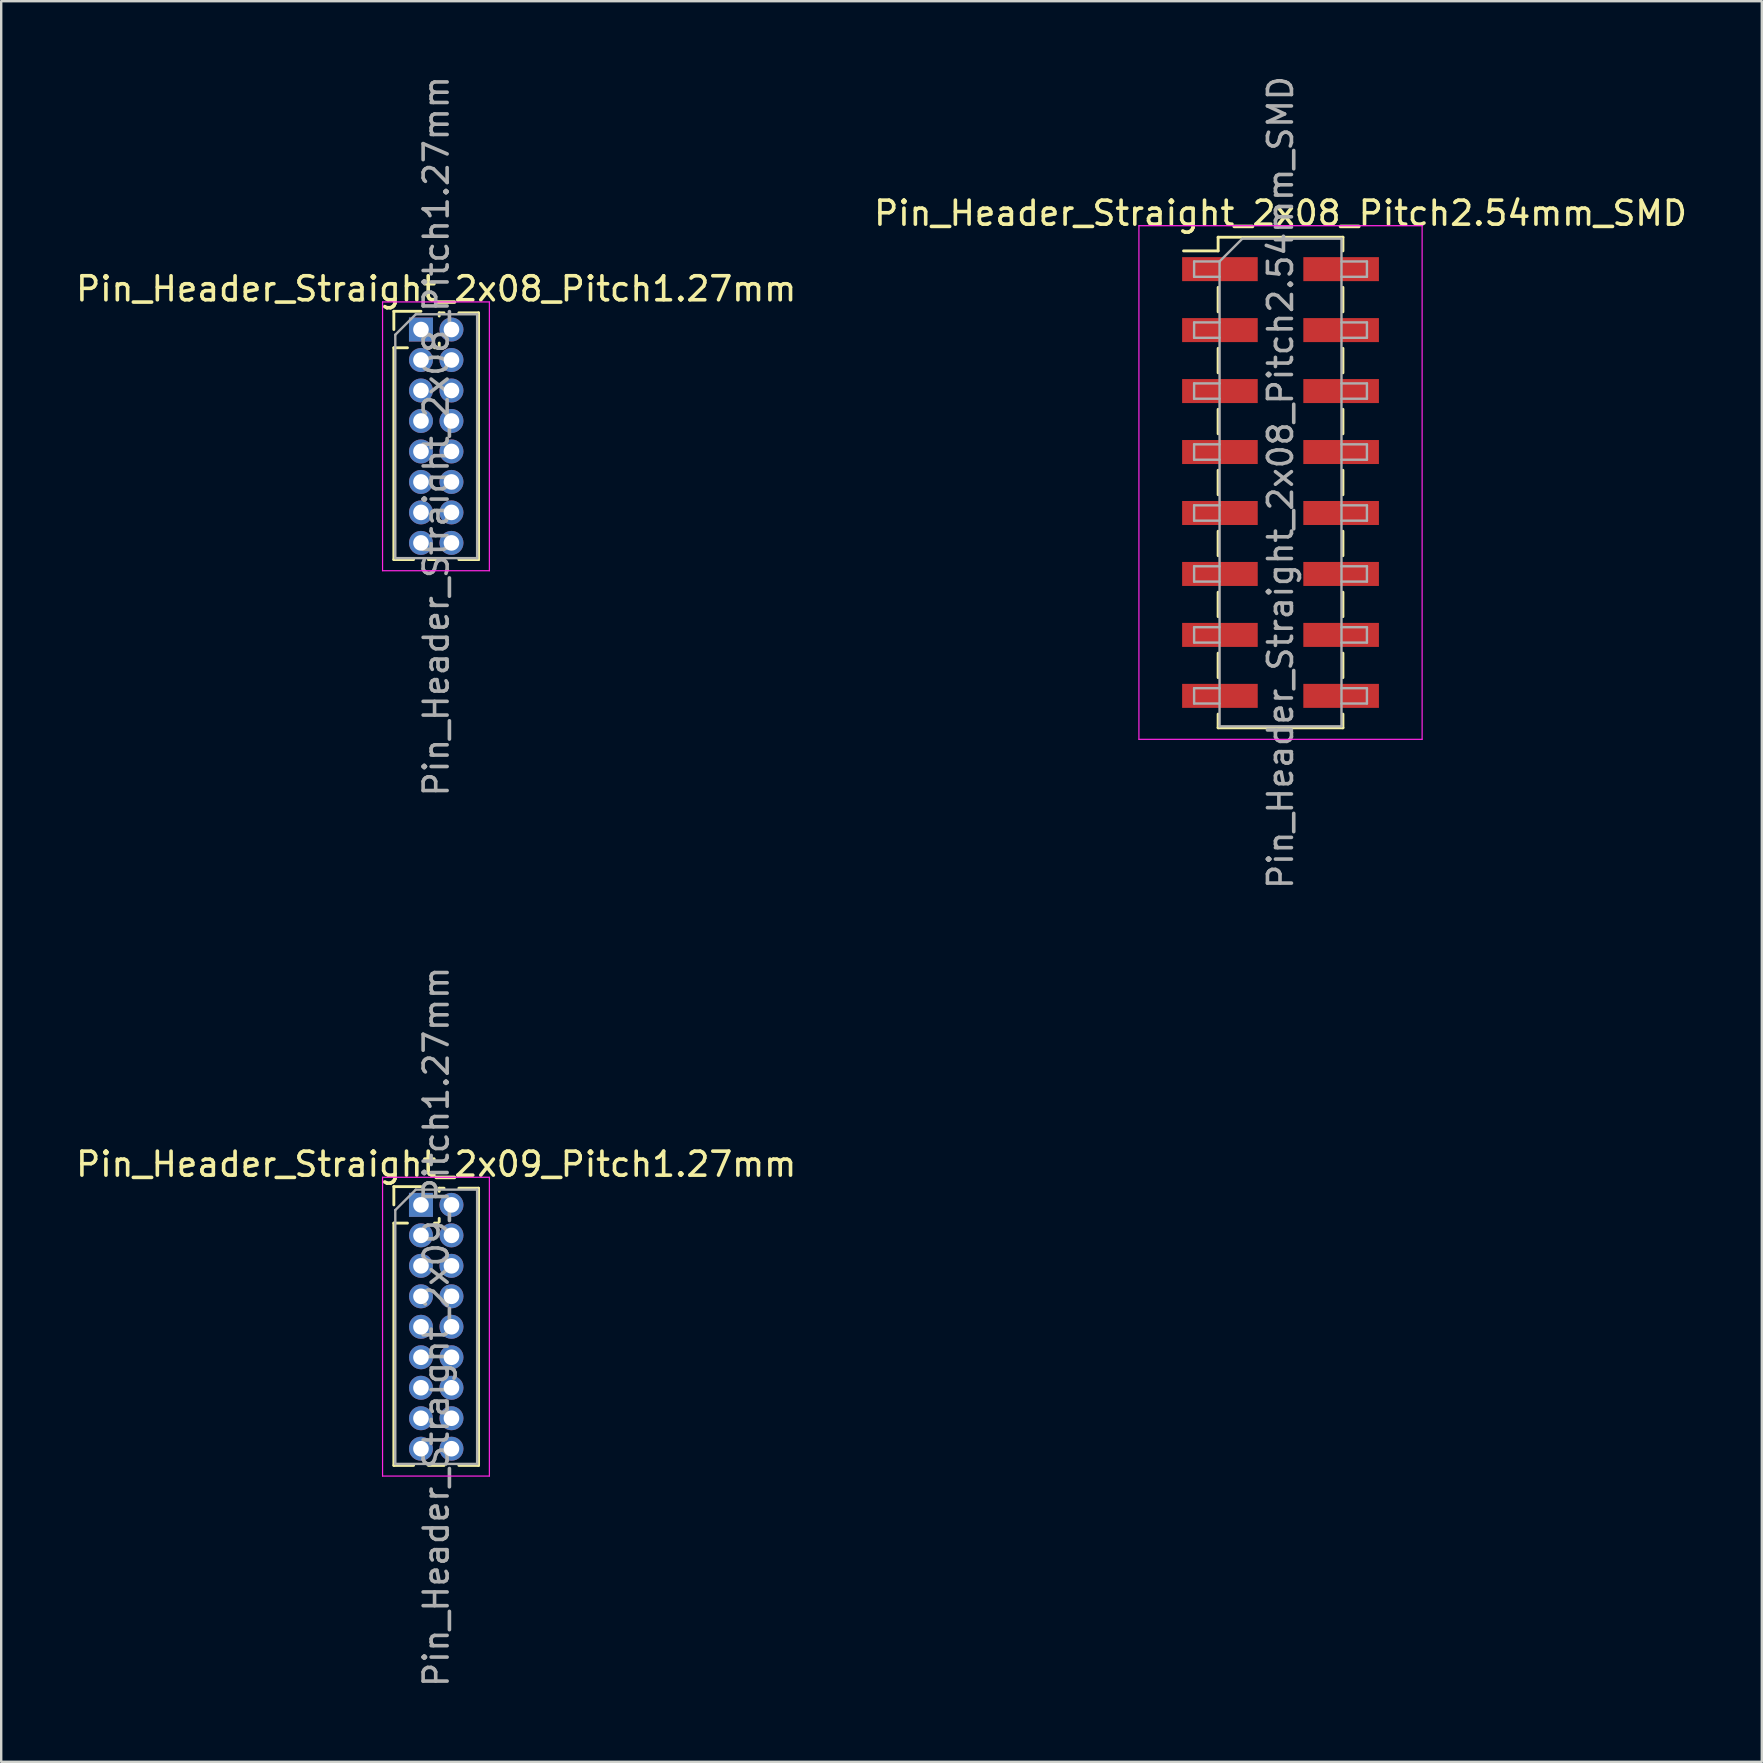
<source format=kicad_pcb>
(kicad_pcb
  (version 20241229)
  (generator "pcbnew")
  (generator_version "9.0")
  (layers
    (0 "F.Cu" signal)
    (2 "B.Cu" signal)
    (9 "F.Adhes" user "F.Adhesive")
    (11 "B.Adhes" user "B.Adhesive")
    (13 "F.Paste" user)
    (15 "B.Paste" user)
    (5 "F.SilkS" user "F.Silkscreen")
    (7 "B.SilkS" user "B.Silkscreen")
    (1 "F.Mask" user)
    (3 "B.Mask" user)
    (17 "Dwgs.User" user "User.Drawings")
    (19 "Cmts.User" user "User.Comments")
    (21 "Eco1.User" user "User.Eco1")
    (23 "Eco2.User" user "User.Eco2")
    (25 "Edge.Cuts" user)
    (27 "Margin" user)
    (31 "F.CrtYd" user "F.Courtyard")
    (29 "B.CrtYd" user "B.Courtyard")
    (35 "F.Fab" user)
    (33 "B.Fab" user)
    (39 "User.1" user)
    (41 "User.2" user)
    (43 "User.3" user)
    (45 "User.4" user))
  (footprint "Pin_Header_Straight_2x09_Pitch1.27mm"
    (layer "F.Cu")
    (at 14.49 47.152)
    (property "Reference" "Pin_Header_Straight_2x09_Pitch1.27mm" (at 0.635 -1.695 0) (layer "F.SilkS") (effects (font (size 1 1) (thickness 0.15))))
    (attr through_hole)
    (fp_line (start -1.13 -0.76) (end 0 -0.76) (stroke (width 0.12) (type solid)) (layer "F.SilkS"))
    (fp_line (start -1.13 0) (end -1.13 -0.76) (stroke (width 0.12) (type solid)) (layer "F.SilkS"))
    (fp_line (start -1.13 0.76) (end -1.13 10.855) (stroke (width 0.12) (type solid)) (layer "F.SilkS"))
    (fp_line (start -1.13 0.76) (end -0.563 0.76) (stroke (width 0.12) (type solid)) (layer "F.SilkS"))
    (fp_line (start -1.13 10.855) (end -0.308 10.855) (stroke (width 0.12) (type solid)) (layer "F.SilkS"))
    (fp_line (start 0.308 10.855) (end 0.962 10.855) (stroke (width 0.12) (type solid)) (layer "F.SilkS"))
    (fp_line (start 0.563 0.76) (end 0.707 0.76) (stroke (width 0.12) (type solid)) (layer "F.SilkS"))
    (fp_line (start 0.76 -0.695) (end 0.962 -0.695) (stroke (width 0.12) (type solid)) (layer "F.SilkS"))
    (fp_line (start 0.76 -0.563) (end 0.76 -0.695) (stroke (width 0.12) (type solid)) (layer "F.SilkS"))
    (fp_line (start 0.76 0.707) (end 0.76 0.563) (stroke (width 0.12) (type solid)) (layer "F.SilkS"))
    (fp_line (start 1.578 -0.695) (end 2.4 -0.695) (stroke (width 0.12) (type solid)) (layer "F.SilkS"))
    (fp_line (start 1.578 10.855) (end 2.4 10.855) (stroke (width 0.12) (type solid)) (layer "F.SilkS"))
    (fp_line (start 2.4 -0.695) (end 2.4 10.855) (stroke (width 0.12) (type solid)) (layer "F.SilkS"))
    (fp_line (start -1.6 -1.15) (end -1.6 11.3) (stroke (width 0.05) (type solid)) (layer "F.CrtYd"))
    (fp_line (start -1.6 11.3) (end 2.85 11.3) (stroke (width 0.05) (type solid)) (layer "F.CrtYd"))
    (fp_line (start 2.85 -1.15) (end -1.6 -1.15) (stroke (width 0.05) (type solid)) (layer "F.CrtYd"))
    (fp_line (start 2.85 11.3) (end 2.85 -1.15) (stroke (width 0.05) (type solid)) (layer "F.CrtYd"))
    (fp_line (start -1.07 0.217) (end -0.217 -0.635) (stroke (width 0.1) (type solid)) (layer "F.Fab"))
    (fp_line (start -1.07 10.795) (end -1.07 0.217) (stroke (width 0.1) (type solid)) (layer "F.Fab"))
    (fp_line (start -0.217 -0.635) (end 2.34 -0.635) (stroke (width 0.1) (type solid)) (layer "F.Fab"))
    (fp_line (start 2.34 -0.635) (end 2.34 10.795) (stroke (width 0.1) (type solid)) (layer "F.Fab"))
    (fp_line (start 2.34 10.795) (end -1.07 10.795) (stroke (width 0.1) (type solid)) (layer "F.Fab"))
    (fp_text user "${REFERENCE}" (at 0.635 5.08 90) (layer "F.Fab") (effects (font (size 1 1) (thickness 0.15))))
    (pad "1" thru_hole rect (at 0 0) (size 1 1) (drill 0.65) (layers "*.Cu" "*.Mask"))
    (pad "2" thru_hole oval (at 1.27 0) (size 1 1) (drill 0.65) (layers "*.Cu" "*.Mask"))
    (pad "3" thru_hole oval (at 0 1.27) (size 1 1) (drill 0.65) (layers "*.Cu" "*.Mask"))
    (pad "4" thru_hole oval (at 1.27 1.27) (size 1 1) (drill 0.65) (layers "*.Cu" "*.Mask"))
    (pad "5" thru_hole oval (at 0 2.54) (size 1 1) (drill 0.65) (layers "*.Cu" "*.Mask"))
    (pad "6" thru_hole oval (at 1.27 2.54) (size 1 1) (drill 0.65) (layers "*.Cu" "*.Mask"))
    (pad "7" thru_hole oval (at 0 3.81) (size 1 1) (drill 0.65) (layers "*.Cu" "*.Mask"))
    (pad "8" thru_hole oval (at 1.27 3.81) (size 1 1) (drill 0.65) (layers "*.Cu" "*.Mask"))
    (pad "9" thru_hole oval (at 0 5.08) (size 1 1) (drill 0.65) (layers "*.Cu" "*.Mask"))
    (pad "10" thru_hole oval (at 1.27 5.08) (size 1 1) (drill 0.65) (layers "*.Cu" "*.Mask"))
    (pad "11" thru_hole oval (at 0 6.35) (size 1 1) (drill 0.65) (layers "*.Cu" "*.Mask"))
    (pad "12" thru_hole oval (at 1.27 6.35) (size 1 1) (drill 0.65) (layers "*.Cu" "*.Mask"))
    (pad "13" thru_hole oval (at 0 7.62) (size 1 1) (drill 0.65) (layers "*.Cu" "*.Mask"))
    (pad "14" thru_hole oval (at 1.27 7.62) (size 1 1) (drill 0.65) (layers "*.Cu" "*.Mask"))
    (pad "15" thru_hole oval (at 0 8.89) (size 1 1) (drill 0.65) (layers "*.Cu" "*.Mask"))
    (pad "16" thru_hole oval (at 1.27 8.89) (size 1 1) (drill 0.65) (layers "*.Cu" "*.Mask"))
    (pad "17" thru_hole oval (at 0 10.16) (size 1 1) (drill 0.65) (layers "*.Cu" "*.Mask"))
    (pad "18" thru_hole oval (at 1.27 10.16) (size 1 1) (drill 0.65) (layers "*.Cu" "*.Mask")))
  (footprint "Pin_Header_Straight_2x08_Pitch2.54mm_SMD"
    (layer "F.Cu")
    (at 50.304 17.054)
    (property "Reference" "Pin_Header_Straight_2x08_Pitch2.54mm_SMD" (at 0 -11.22 0) (layer "F.SilkS") (effects (font (size 1 1) (thickness 0.15))))
    (attr smd)
    (fp_line (start -4.04 -9.65) (end -2.6 -9.65) (stroke (width 0.12) (type solid)) (layer "F.SilkS"))
    (fp_line (start -2.6 -10.22) (end -2.6 -9.65) (stroke (width 0.12) (type solid)) (layer "F.SilkS"))
    (fp_line (start -2.6 -10.22) (end 2.6 -10.22) (stroke (width 0.12) (type solid)) (layer "F.SilkS"))
    (fp_line (start -2.6 -8.13) (end -2.6 -7.11) (stroke (width 0.12) (type solid)) (layer "F.SilkS"))
    (fp_line (start -2.6 -5.59) (end -2.6 -4.57) (stroke (width 0.12) (type solid)) (layer "F.SilkS"))
    (fp_line (start -2.6 -3.05) (end -2.6 -2.03) (stroke (width 0.12) (type solid)) (layer "F.SilkS"))
    (fp_line (start -2.6 -0.51) (end -2.6 0.51) (stroke (width 0.12) (type solid)) (layer "F.SilkS"))
    (fp_line (start -2.6 2.03) (end -2.6 3.05) (stroke (width 0.12) (type solid)) (layer "F.SilkS"))
    (fp_line (start -2.6 4.57) (end -2.6 5.59) (stroke (width 0.12) (type solid)) (layer "F.SilkS"))
    (fp_line (start -2.6 7.11) (end -2.6 8.13) (stroke (width 0.12) (type solid)) (layer "F.SilkS"))
    (fp_line (start -2.6 9.65) (end -2.6 10.22) (stroke (width 0.12) (type solid)) (layer "F.SilkS"))
    (fp_line (start -2.6 10.22) (end 2.6 10.22) (stroke (width 0.12) (type solid)) (layer "F.SilkS"))
    (fp_line (start 2.6 -10.22) (end 2.6 -9.65) (stroke (width 0.12) (type solid)) (layer "F.SilkS"))
    (fp_line (start 2.6 -8.13) (end 2.6 -7.11) (stroke (width 0.12) (type solid)) (layer "F.SilkS"))
    (fp_line (start 2.6 -5.59) (end 2.6 -4.57) (stroke (width 0.12) (type solid)) (layer "F.SilkS"))
    (fp_line (start 2.6 -3.05) (end 2.6 -2.03) (stroke (width 0.12) (type solid)) (layer "F.SilkS"))
    (fp_line (start 2.6 -0.51) (end 2.6 0.51) (stroke (width 0.12) (type solid)) (layer "F.SilkS"))
    (fp_line (start 2.6 2.03) (end 2.6 3.05) (stroke (width 0.12) (type solid)) (layer "F.SilkS"))
    (fp_line (start 2.6 4.57) (end 2.6 5.59) (stroke (width 0.12) (type solid)) (layer "F.SilkS"))
    (fp_line (start 2.6 7.11) (end 2.6 8.13) (stroke (width 0.12) (type solid)) (layer "F.SilkS"))
    (fp_line (start 2.6 9.65) (end 2.6 10.22) (stroke (width 0.12) (type solid)) (layer "F.SilkS"))
    (fp_line (start -5.9 -10.7) (end -5.9 10.7) (stroke (width 0.05) (type solid)) (layer "F.CrtYd"))
    (fp_line (start -5.9 10.7) (end 5.9 10.7) (stroke (width 0.05) (type solid)) (layer "F.CrtYd"))
    (fp_line (start 5.9 -10.7) (end -5.9 -10.7) (stroke (width 0.05) (type solid)) (layer "F.CrtYd"))
    (fp_line (start 5.9 10.7) (end 5.9 -10.7) (stroke (width 0.05) (type solid)) (layer "F.CrtYd"))
    (fp_line (start -3.6 -9.21) (end -3.6 -8.57) (stroke (width 0.1) (type solid)) (layer "F.Fab"))
    (fp_line (start -3.6 -8.57) (end -2.54 -8.57) (stroke (width 0.1) (type solid)) (layer "F.Fab"))
    (fp_line (start -3.6 -6.67) (end -3.6 -6.03) (stroke (width 0.1) (type solid)) (layer "F.Fab"))
    (fp_line (start -3.6 -6.03) (end -2.54 -6.03) (stroke (width 0.1) (type solid)) (layer "F.Fab"))
    (fp_line (start -3.6 -4.13) (end -3.6 -3.49) (stroke (width 0.1) (type solid)) (layer "F.Fab"))
    (fp_line (start -3.6 -3.49) (end -2.54 -3.49) (stroke (width 0.1) (type solid)) (layer "F.Fab"))
    (fp_line (start -3.6 -1.59) (end -3.6 -0.95) (stroke (width 0.1) (type solid)) (layer "F.Fab"))
    (fp_line (start -3.6 -0.95) (end -2.54 -0.95) (stroke (width 0.1) (type solid)) (layer "F.Fab"))
    (fp_line (start -3.6 0.95) (end -3.6 1.59) (stroke (width 0.1) (type solid)) (layer "F.Fab"))
    (fp_line (start -3.6 1.59) (end -2.54 1.59) (stroke (width 0.1) (type solid)) (layer "F.Fab"))
    (fp_line (start -3.6 3.49) (end -3.6 4.13) (stroke (width 0.1) (type solid)) (layer "F.Fab"))
    (fp_line (start -3.6 4.13) (end -2.54 4.13) (stroke (width 0.1) (type solid)) (layer "F.Fab"))
    (fp_line (start -3.6 6.03) (end -3.6 6.67) (stroke (width 0.1) (type solid)) (layer "F.Fab"))
    (fp_line (start -3.6 6.67) (end -2.54 6.67) (stroke (width 0.1) (type solid)) (layer "F.Fab"))
    (fp_line (start -3.6 8.57) (end -3.6 9.21) (stroke (width 0.1) (type solid)) (layer "F.Fab"))
    (fp_line (start -3.6 9.21) (end -2.54 9.21) (stroke (width 0.1) (type solid)) (layer "F.Fab"))
    (fp_line (start -2.54 -9.21) (end -3.6 -9.21) (stroke (width 0.1) (type solid)) (layer "F.Fab"))
    (fp_line (start -2.54 -9.21) (end -1.59 -10.16) (stroke (width 0.1) (type solid)) (layer "F.Fab"))
    (fp_line (start -2.54 -6.67) (end -3.6 -6.67) (stroke (width 0.1) (type solid)) (layer "F.Fab"))
    (fp_line (start -2.54 -4.13) (end -3.6 -4.13) (stroke (width 0.1) (type solid)) (layer "F.Fab"))
    (fp_line (start -2.54 -1.59) (end -3.6 -1.59) (stroke (width 0.1) (type solid)) (layer "F.Fab"))
    (fp_line (start -2.54 0.95) (end -3.6 0.95) (stroke (width 0.1) (type solid)) (layer "F.Fab"))
    (fp_line (start -2.54 3.49) (end -3.6 3.49) (stroke (width 0.1) (type solid)) (layer "F.Fab"))
    (fp_line (start -2.54 6.03) (end -3.6 6.03) (stroke (width 0.1) (type solid)) (layer "F.Fab"))
    (fp_line (start -2.54 8.57) (end -3.6 8.57) (stroke (width 0.1) (type solid)) (layer "F.Fab"))
    (fp_line (start -2.54 10.16) (end -2.54 -9.21) (stroke (width 0.1) (type solid)) (layer "F.Fab"))
    (fp_line (start -1.59 -10.16) (end 2.54 -10.16) (stroke (width 0.1) (type solid)) (layer "F.Fab"))
    (fp_line (start 2.54 -10.16) (end 2.54 10.16) (stroke (width 0.1) (type solid)) (layer "F.Fab"))
    (fp_line (start 2.54 -9.21) (end 3.6 -9.21) (stroke (width 0.1) (type solid)) (layer "F.Fab"))
    (fp_line (start 2.54 -6.67) (end 3.6 -6.67) (stroke (width 0.1) (type solid)) (layer "F.Fab"))
    (fp_line (start 2.54 -4.13) (end 3.6 -4.13) (stroke (width 0.1) (type solid)) (layer "F.Fab"))
    (fp_line (start 2.54 -1.59) (end 3.6 -1.59) (stroke (width 0.1) (type solid)) (layer "F.Fab"))
    (fp_line (start 2.54 0.95) (end 3.6 0.95) (stroke (width 0.1) (type solid)) (layer "F.Fab"))
    (fp_line (start 2.54 3.49) (end 3.6 3.49) (stroke (width 0.1) (type solid)) (layer "F.Fab"))
    (fp_line (start 2.54 6.03) (end 3.6 6.03) (stroke (width 0.1) (type solid)) (layer "F.Fab"))
    (fp_line (start 2.54 8.57) (end 3.6 8.57) (stroke (width 0.1) (type solid)) (layer "F.Fab"))
    (fp_line (start 2.54 10.16) (end -2.54 10.16) (stroke (width 0.1) (type solid)) (layer "F.Fab"))
    (fp_line (start 3.6 -9.21) (end 3.6 -8.57) (stroke (width 0.1) (type solid)) (layer "F.Fab"))
    (fp_line (start 3.6 -8.57) (end 2.54 -8.57) (stroke (width 0.1) (type solid)) (layer "F.Fab"))
    (fp_line (start 3.6 -6.67) (end 3.6 -6.03) (stroke (width 0.1) (type solid)) (layer "F.Fab"))
    (fp_line (start 3.6 -6.03) (end 2.54 -6.03) (stroke (width 0.1) (type solid)) (layer "F.Fab"))
    (fp_line (start 3.6 -4.13) (end 3.6 -3.49) (stroke (width 0.1) (type solid)) (layer "F.Fab"))
    (fp_line (start 3.6 -3.49) (end 2.54 -3.49) (stroke (width 0.1) (type solid)) (layer "F.Fab"))
    (fp_line (start 3.6 -1.59) (end 3.6 -0.95) (stroke (width 0.1) (type solid)) (layer "F.Fab"))
    (fp_line (start 3.6 -0.95) (end 2.54 -0.95) (stroke (width 0.1) (type solid)) (layer "F.Fab"))
    (fp_line (start 3.6 0.95) (end 3.6 1.59) (stroke (width 0.1) (type solid)) (layer "F.Fab"))
    (fp_line (start 3.6 1.59) (end 2.54 1.59) (stroke (width 0.1) (type solid)) (layer "F.Fab"))
    (fp_line (start 3.6 3.49) (end 3.6 4.13) (stroke (width 0.1) (type solid)) (layer "F.Fab"))
    (fp_line (start 3.6 4.13) (end 2.54 4.13) (stroke (width 0.1) (type solid)) (layer "F.Fab"))
    (fp_line (start 3.6 6.03) (end 3.6 6.67) (stroke (width 0.1) (type solid)) (layer "F.Fab"))
    (fp_line (start 3.6 6.67) (end 2.54 6.67) (stroke (width 0.1) (type solid)) (layer "F.Fab"))
    (fp_line (start 3.6 8.57) (end 3.6 9.21) (stroke (width 0.1) (type solid)) (layer "F.Fab"))
    (fp_line (start 3.6 9.21) (end 2.54 9.21) (stroke (width 0.1) (type solid)) (layer "F.Fab"))
    (fp_text user "${REFERENCE}" (at 0 0 90) (layer "F.Fab") (effects (font (size 1 1) (thickness 0.15))))
    (pad "1" smd rect (at -2.525 -8.89) (size 3.15 1) (layers "F.Cu" "F.Mask" "F.Paste"))
    (pad "2" smd rect (at 2.525 -8.89) (size 3.15 1) (layers "F.Cu" "F.Mask" "F.Paste"))
    (pad "3" smd rect (at -2.525 -6.35) (size 3.15 1) (layers "F.Cu" "F.Mask" "F.Paste"))
    (pad "4" smd rect (at 2.525 -6.35) (size 3.15 1) (layers "F.Cu" "F.Mask" "F.Paste"))
    (pad "5" smd rect (at -2.525 -3.81) (size 3.15 1) (layers "F.Cu" "F.Mask" "F.Paste"))
    (pad "6" smd rect (at 2.525 -3.81) (size 3.15 1) (layers "F.Cu" "F.Mask" "F.Paste"))
    (pad "7" smd rect (at -2.525 -1.27) (size 3.15 1) (layers "F.Cu" "F.Mask" "F.Paste"))
    (pad "8" smd rect (at 2.525 -1.27) (size 3.15 1) (layers "F.Cu" "F.Mask" "F.Paste"))
    (pad "9" smd rect (at -2.525 1.27) (size 3.15 1) (layers "F.Cu" "F.Mask" "F.Paste"))
    (pad "10" smd rect (at 2.525 1.27) (size 3.15 1) (layers "F.Cu" "F.Mask" "F.Paste"))
    (pad "11" smd rect (at -2.525 3.81) (size 3.15 1) (layers "F.Cu" "F.Mask" "F.Paste"))
    (pad "12" smd rect (at 2.525 3.81) (size 3.15 1) (layers "F.Cu" "F.Mask" "F.Paste"))
    (pad "13" smd rect (at -2.525 6.35) (size 3.15 1) (layers "F.Cu" "F.Mask" "F.Paste"))
    (pad "14" smd rect (at 2.525 6.35) (size 3.15 1) (layers "F.Cu" "F.Mask" "F.Paste"))
    (pad "15" smd rect (at -2.525 8.89) (size 3.15 1) (layers "F.Cu" "F.Mask" "F.Paste"))
    (pad "16" smd rect (at 2.525 8.89) (size 3.15 1) (layers "F.Cu" "F.Mask" "F.Paste")))
  (footprint "Pin_Header_Straight_2x08_Pitch1.27mm"
    (layer "F.Cu")
    (at 14.49 10.68)
    (property "Reference" "Pin_Header_Straight_2x08_Pitch1.27mm" (at 0.635 -1.695 0) (layer "F.SilkS") (effects (font (size 1 1) (thickness 0.15))))
    (attr through_hole)
    (fp_line (start -1.13 -0.76) (end 0 -0.76) (stroke (width 0.12) (type solid)) (layer "F.SilkS"))
    (fp_line (start -1.13 0) (end -1.13 -0.76) (stroke (width 0.12) (type solid)) (layer "F.SilkS"))
    (fp_line (start -1.13 0.76) (end -1.13 9.585) (stroke (width 0.12) (type solid)) (layer "F.SilkS"))
    (fp_line (start -1.13 0.76) (end -0.563 0.76) (stroke (width 0.12) (type solid)) (layer "F.SilkS"))
    (fp_line (start -1.13 9.585) (end -0.308 9.585) (stroke (width 0.12) (type solid)) (layer "F.SilkS"))
    (fp_line (start 0.308 9.585) (end 0.962 9.585) (stroke (width 0.12) (type solid)) (layer "F.SilkS"))
    (fp_line (start 0.563 0.76) (end 0.707 0.76) (stroke (width 0.12) (type solid)) (layer "F.SilkS"))
    (fp_line (start 0.76 -0.695) (end 0.962 -0.695) (stroke (width 0.12) (type solid)) (layer "F.SilkS"))
    (fp_line (start 0.76 -0.563) (end 0.76 -0.695) (stroke (width 0.12) (type solid)) (layer "F.SilkS"))
    (fp_line (start 0.76 0.707) (end 0.76 0.563) (stroke (width 0.12) (type solid)) (layer "F.SilkS"))
    (fp_line (start 1.578 -0.695) (end 2.4 -0.695) (stroke (width 0.12) (type solid)) (layer "F.SilkS"))
    (fp_line (start 1.578 9.585) (end 2.4 9.585) (stroke (width 0.12) (type solid)) (layer "F.SilkS"))
    (fp_line (start 2.4 -0.695) (end 2.4 9.585) (stroke (width 0.12) (type solid)) (layer "F.SilkS"))
    (fp_line (start -1.6 -1.15) (end -1.6 10.05) (stroke (width 0.05) (type solid)) (layer "F.CrtYd"))
    (fp_line (start -1.6 10.05) (end 2.85 10.05) (stroke (width 0.05) (type solid)) (layer "F.CrtYd"))
    (fp_line (start 2.85 -1.15) (end -1.6 -1.15) (stroke (width 0.05) (type solid)) (layer "F.CrtYd"))
    (fp_line (start 2.85 10.05) (end 2.85 -1.15) (stroke (width 0.05) (type solid)) (layer "F.CrtYd"))
    (fp_line (start -1.07 0.217) (end -0.217 -0.635) (stroke (width 0.1) (type solid)) (layer "F.Fab"))
    (fp_line (start -1.07 9.525) (end -1.07 0.217) (stroke (width 0.1) (type solid)) (layer "F.Fab"))
    (fp_line (start -0.217 -0.635) (end 2.34 -0.635) (stroke (width 0.1) (type solid)) (layer "F.Fab"))
    (fp_line (start 2.34 -0.635) (end 2.34 9.525) (stroke (width 0.1) (type solid)) (layer "F.Fab"))
    (fp_line (start 2.34 9.525) (end -1.07 9.525) (stroke (width 0.1) (type solid)) (layer "F.Fab"))
    (fp_text user "${REFERENCE}" (at 0.635 4.445 90) (layer "F.Fab") (effects (font (size 1 1) (thickness 0.15))))
    (pad "1" thru_hole rect (at 0 0) (size 1 1) (drill 0.65) (layers "*.Cu" "*.Mask"))
    (pad "2" thru_hole oval (at 1.27 0) (size 1 1) (drill 0.65) (layers "*.Cu" "*.Mask"))
    (pad "3" thru_hole oval (at 0 1.27) (size 1 1) (drill 0.65) (layers "*.Cu" "*.Mask"))
    (pad "4" thru_hole oval (at 1.27 1.27) (size 1 1) (drill 0.65) (layers "*.Cu" "*.Mask"))
    (pad "5" thru_hole oval (at 0 2.54) (size 1 1) (drill 0.65) (layers "*.Cu" "*.Mask"))
    (pad "6" thru_hole oval (at 1.27 2.54) (size 1 1) (drill 0.65) (layers "*.Cu" "*.Mask"))
    (pad "7" thru_hole oval (at 0 3.81) (size 1 1) (drill 0.65) (layers "*.Cu" "*.Mask"))
    (pad "8" thru_hole oval (at 1.27 3.81) (size 1 1) (drill 0.65) (layers "*.Cu" "*.Mask"))
    (pad "9" thru_hole oval (at 0 5.08) (size 1 1) (drill 0.65) (layers "*.Cu" "*.Mask"))
    (pad "10" thru_hole oval (at 1.27 5.08) (size 1 1) (drill 0.65) (layers "*.Cu" "*.Mask"))
    (pad "11" thru_hole oval (at 0 6.35) (size 1 1) (drill 0.65) (layers "*.Cu" "*.Mask"))
    (pad "12" thru_hole oval (at 1.27 6.35) (size 1 1) (drill 0.65) (layers "*.Cu" "*.Mask"))
    (pad "13" thru_hole oval (at 0 7.62) (size 1 1) (drill 0.65) (layers "*.Cu" "*.Mask"))
    (pad "14" thru_hole oval (at 1.27 7.62) (size 1 1) (drill 0.65) (layers "*.Cu" "*.Mask"))
    (pad "15" thru_hole oval (at 0 8.89) (size 1 1) (drill 0.65) (layers "*.Cu" "*.Mask"))
    (pad "16" thru_hole oval (at 1.27 8.89) (size 1 1) (drill 0.65) (layers "*.Cu" "*.Mask")))
  (gr_rect
    (start -3 -3)
    (end 70.357 70.357)
    (stroke (width 0.1) (type default))
    (fill no)
    (layer "Edge.Cuts")))
</source>
